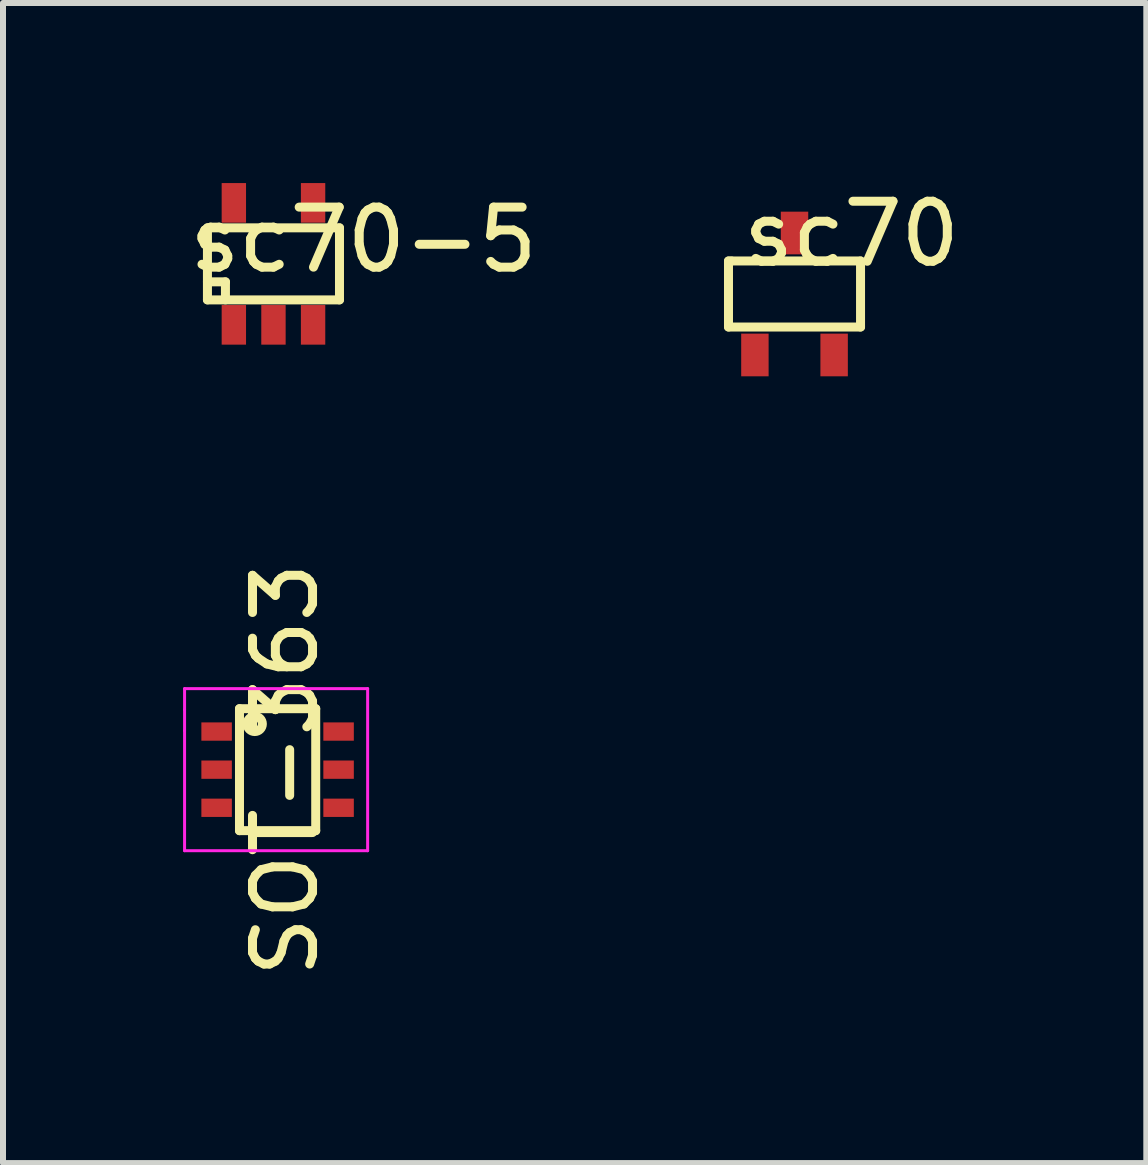
<source format=kicad_pcb>
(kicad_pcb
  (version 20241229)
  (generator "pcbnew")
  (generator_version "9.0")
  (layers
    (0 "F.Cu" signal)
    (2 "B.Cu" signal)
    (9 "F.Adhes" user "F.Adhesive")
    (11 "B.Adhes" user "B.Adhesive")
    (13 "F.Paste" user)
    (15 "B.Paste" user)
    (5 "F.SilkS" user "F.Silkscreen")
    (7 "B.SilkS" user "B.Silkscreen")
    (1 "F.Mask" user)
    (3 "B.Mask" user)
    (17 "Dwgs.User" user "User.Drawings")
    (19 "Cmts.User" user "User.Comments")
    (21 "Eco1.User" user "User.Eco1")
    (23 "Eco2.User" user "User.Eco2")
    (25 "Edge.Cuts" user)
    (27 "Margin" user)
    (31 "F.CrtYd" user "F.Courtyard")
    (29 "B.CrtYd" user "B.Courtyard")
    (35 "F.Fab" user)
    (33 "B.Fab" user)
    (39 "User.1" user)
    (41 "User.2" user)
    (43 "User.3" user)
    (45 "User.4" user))
  (footprint "sc70"
    (layer "F.Cu")
    (at 10.187 1.848)
    (property "Reference" "sc70" (at 0.95 -1 0) (layer "F.SilkS") (effects (font (size 1 1) (thickness 0.15))))
    (attr smd)
    (fp_line (start -1.1 -0.55) (end -1.1 0.55) (stroke (width 0.15) (type solid)) (layer "F.SilkS"))
    (fp_line (start -1.1 0.55) (end 1.1 0.55) (stroke (width 0.15) (type solid)) (layer "F.SilkS"))
    (fp_line (start -1.05 -0.55) (end -1.1 -0.55) (stroke (width 0.15) (type solid)) (layer "F.SilkS"))
    (fp_line (start 1.1 -0.55) (end -1.05 -0.55) (stroke (width 0.15) (type solid)) (layer "F.SilkS"))
    (fp_line (start 1.1 0.55) (end 1.1 -0.55) (stroke (width 0.15) (type solid)) (layer "F.SilkS"))
    (pad "1" smd rect (at -0.66 1.016) (size 0.457 0.711) (layers "F.Cu" "F.Mask" "F.Paste"))
    (pad "2" smd rect (at 0.66 1.016) (size 0.457 0.711) (layers "F.Cu" "F.Mask" "F.Paste"))
    (pad "3" smd rect (at 0 -1.016) (size 0.457 0.711) (layers "F.Cu" "F.Mask" "F.Paste")))
  (footprint "SOT-363"
    (layer "F.Cu")
    (at 1.575 9.773)
    (property "Reference" "SOT-363" (at 0.127 0 90) (layer "F.SilkS") (effects (font (size 1 1) (thickness 0.15))))
    (attr smd)
    (fp_line (start -0.635 -1.016) (end -0.635 1.016) (stroke (width 0.15) (type solid)) (layer "F.SilkS"))
    (fp_line (start -0.635 1.016) (end 0.635 1.016) (stroke (width 0.15) (type solid)) (layer "F.SilkS"))
    (fp_line (start 0.635 -1.016) (end -0.635 -1.016) (stroke (width 0.15) (type solid)) (layer "F.SilkS"))
    (fp_line (start 0.635 1.016) (end 0.635 -1.016) (stroke (width 0.15) (type solid)) (layer "F.SilkS"))
    (fp_circle (center -0.381 -0.762) (end -0.508 -0.762) (stroke (width 0.15) (type solid)) (fill no) (layer "F.SilkS"))
    (fp_line (start -1.55 -1.35) (end 1.5 -1.35) (stroke (width 0.05) (type solid)) (layer "F.CrtYd"))
    (fp_line (start -1.55 -1) (end -1.55 -1.35) (stroke (width 0.05) (type solid)) (layer "F.CrtYd"))
    (fp_line (start -1.55 -0.65) (end -1.55 -1) (stroke (width 0.05) (type solid)) (layer "F.CrtYd"))
    (fp_line (start -1.55 1.35) (end -1.55 -0.65) (stroke (width 0.05) (type solid)) (layer "F.CrtYd"))
    (fp_line (start 1.5 -1.35) (end 1.5 1.35) (stroke (width 0.05) (type solid)) (layer "F.CrtYd"))
    (fp_line (start 1.5 1.35) (end -1.55 1.35) (stroke (width 0.05) (type solid)) (layer "F.CrtYd"))
    (pad "1" smd rect (at -1.016 -0.635) (size 0.508 0.305) (layers "F.Cu" "F.Mask" "F.Paste"))
    (pad "2" smd rect (at -1.016 0) (size 0.508 0.305) (layers "F.Cu" "F.Mask" "F.Paste"))
    (pad "3" smd rect (at -1.016 0.635) (size 0.508 0.305) (layers "F.Cu" "F.Mask" "F.Paste"))
    (pad "4" smd rect (at 1.016 0.635) (size 0.508 0.305) (layers "F.Cu" "F.Mask" "F.Paste"))
    (pad "5" smd rect (at 1.016 0) (size 0.508 0.305) (layers "F.Cu" "F.Mask" "F.Paste"))
    (pad "6" smd rect (at 1.016 -0.635) (size 0.508 0.305) (layers "F.Cu" "F.Mask" "F.Paste")))
  (footprint "sc70-5"
    (layer "F.Cu")
    (at 1.506 1.346)
    (property "Reference" "sc70-5" (at 1.5 -0.4 0) (layer "F.SilkS") (effects (font (size 1 1) (thickness 0.15))))
    (attr smd)
    (fp_line (start -1.1 -0.6) (end -1.1 0.6) (stroke (width 0.15) (type solid)) (layer "F.SilkS"))
    (fp_line (start -1.1 0.3) (end -0.8 0.3) (stroke (width 0.15) (type solid)) (layer "F.SilkS"))
    (fp_line (start -1.1 0.6) (end 1.1 0.6) (stroke (width 0.15) (type solid)) (layer "F.SilkS"))
    (fp_line (start -0.8 0.3) (end -0.8 0.6) (stroke (width 0.15) (type solid)) (layer "F.SilkS"))
    (fp_line (start 1.1 -0.6) (end -1.1 -0.6) (stroke (width 0.15) (type solid)) (layer "F.SilkS"))
    (fp_line (start 1.1 0.6) (end 1.1 -0.6) (stroke (width 0.15) (type solid)) (layer "F.SilkS"))
    (pad "1" smd rect (at -0.66 1.016) (size 0.406 0.66) (layers "F.Cu" "F.Mask" "F.Paste"))
    (pad "2" smd rect (at 0 1.016) (size 0.406 0.66) (layers "F.Cu" "F.Mask" "F.Paste"))
    (pad "3" smd rect (at 0.66 1.016) (size 0.406 0.66) (layers "F.Cu" "F.Mask" "F.Paste"))
    (pad "4" smd rect (at 0.66 -1.016) (size 0.406 0.66) (layers "F.Cu" "F.Mask" "F.Paste"))
    (pad "5" smd rect (at -0.66 -1.016) (size 0.406 0.66) (layers "F.Cu" "F.Mask" "F.Paste")))
  (gr_rect
    (start -3 -3)
    (end 16.048 16.327)
    (stroke (width 0.1) (type default))
    (fill no)
    (layer "Edge.Cuts")))
</source>
